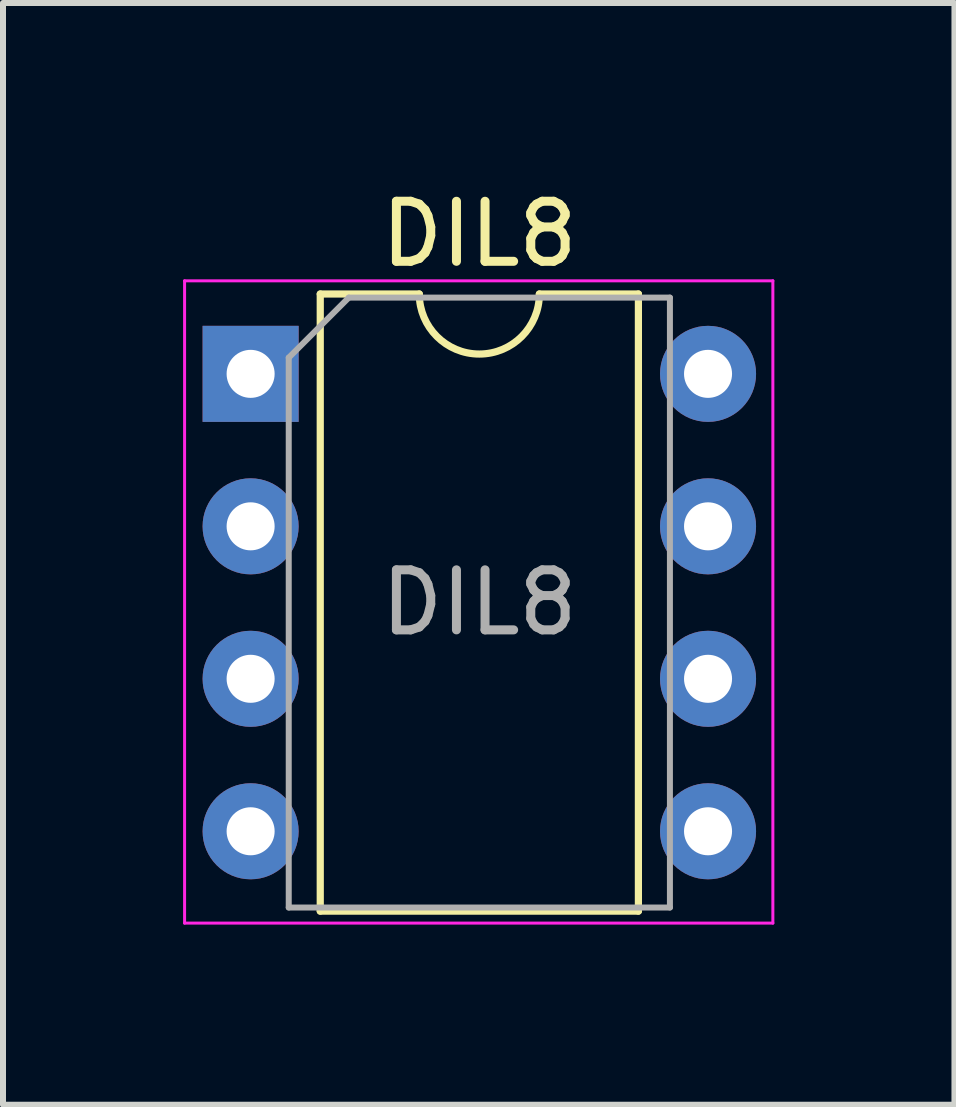
<source format=kicad_pcb>
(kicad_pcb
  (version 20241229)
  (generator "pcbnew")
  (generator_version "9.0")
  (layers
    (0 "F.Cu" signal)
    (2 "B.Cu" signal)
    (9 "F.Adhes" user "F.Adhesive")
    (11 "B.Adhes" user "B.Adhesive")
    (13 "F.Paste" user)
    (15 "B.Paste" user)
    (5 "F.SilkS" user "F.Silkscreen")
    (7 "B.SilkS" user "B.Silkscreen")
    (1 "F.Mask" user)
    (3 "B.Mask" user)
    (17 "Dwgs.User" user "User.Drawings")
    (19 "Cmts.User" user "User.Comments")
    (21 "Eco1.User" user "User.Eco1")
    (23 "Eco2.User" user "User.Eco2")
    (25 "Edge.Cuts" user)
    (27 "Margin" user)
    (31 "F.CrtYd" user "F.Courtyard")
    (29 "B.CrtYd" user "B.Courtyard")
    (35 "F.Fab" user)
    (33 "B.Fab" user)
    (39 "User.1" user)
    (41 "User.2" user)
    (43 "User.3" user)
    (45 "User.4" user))
  (footprint "DIL8"
    (layer "F.Cu")
    (at 1.125 3.178)
    (property "Reference" "DIL8" (at 3.81 -2.33 0) (layer "F.SilkS") (effects (font (size 1 1) (thickness 0.15))))
    (attr through_hole)
    (fp_line (start 1.16 -1.33) (end 1.16 8.95) (stroke (width 0.12) (type solid)) (layer "F.SilkS"))
    (fp_line (start 1.16 8.95) (end 6.46 8.95) (stroke (width 0.12) (type solid)) (layer "F.SilkS"))
    (fp_line (start 2.81 -1.33) (end 1.16 -1.33) (stroke (width 0.12) (type solid)) (layer "F.SilkS"))
    (fp_line (start 6.46 -1.33) (end 4.81 -1.33) (stroke (width 0.12) (type solid)) (layer "F.SilkS"))
    (fp_line (start 6.46 8.95) (end 6.46 -1.33) (stroke (width 0.12) (type solid)) (layer "F.SilkS"))
    (fp_arc (start 4.81 -1.33) (mid 3.81 -0.33) (end 2.81 -1.33) (stroke (width 0.12) (type solid)) (layer "F.SilkS"))
    (fp_line (start -1.1 -1.55) (end -1.1 9.15) (stroke (width 0.05) (type solid)) (layer "F.CrtYd"))
    (fp_line (start -1.1 9.15) (end 8.7 9.15) (stroke (width 0.05) (type solid)) (layer "F.CrtYd"))
    (fp_line (start 8.7 -1.55) (end -1.1 -1.55) (stroke (width 0.05) (type solid)) (layer "F.CrtYd"))
    (fp_line (start 8.7 9.15) (end 8.7 -1.55) (stroke (width 0.05) (type solid)) (layer "F.CrtYd"))
    (fp_line (start 0.635 -0.27) (end 1.635 -1.27) (stroke (width 0.1) (type solid)) (layer "F.Fab"))
    (fp_line (start 0.635 8.89) (end 0.635 -0.27) (stroke (width 0.1) (type solid)) (layer "F.Fab"))
    (fp_line (start 1.635 -1.27) (end 6.985 -1.27) (stroke (width 0.1) (type solid)) (layer "F.Fab"))
    (fp_line (start 6.985 -1.27) (end 6.985 8.89) (stroke (width 0.1) (type solid)) (layer "F.Fab"))
    (fp_line (start 6.985 8.89) (end 0.635 8.89) (stroke (width 0.1) (type solid)) (layer "F.Fab"))
    (fp_text user "${REFERENCE}" (at 3.81 3.81 0) (layer "F.Fab") (effects (font (size 1 1) (thickness 0.15))))
    (pad "1" thru_hole rect (at 0 0) (size 1.6 1.6) (drill 0.8) (layers "*.Cu" "*.Mask"))
    (pad "2" thru_hole oval (at 0 2.54) (size 1.6 1.6) (drill 0.8) (layers "*.Cu" "*.Mask"))
    (pad "3" thru_hole oval (at 0 5.08) (size 1.6 1.6) (drill 0.8) (layers "*.Cu" "*.Mask"))
    (pad "4" thru_hole oval (at 0 7.62) (size 1.6 1.6) (drill 0.8) (layers "*.Cu" "*.Mask"))
    (pad "5" thru_hole oval (at 7.62 7.62) (size 1.6 1.6) (drill 0.8) (layers "*.Cu" "*.Mask"))
    (pad "6" thru_hole oval (at 7.62 5.08) (size 1.6 1.6) (drill 0.8) (layers "*.Cu" "*.Mask"))
    (pad "7" thru_hole oval (at 7.62 2.54) (size 1.6 1.6) (drill 0.8) (layers "*.Cu" "*.Mask"))
    (pad "8" thru_hole oval (at 7.62 0) (size 1.6 1.6) (drill 0.8) (layers "*.Cu" "*.Mask")))
  (gr_rect
    (start -3 -3)
    (end 12.85 15.353)
    (stroke (width 0.1) (type default))
    (fill no)
    (layer "Edge.Cuts")))
</source>
